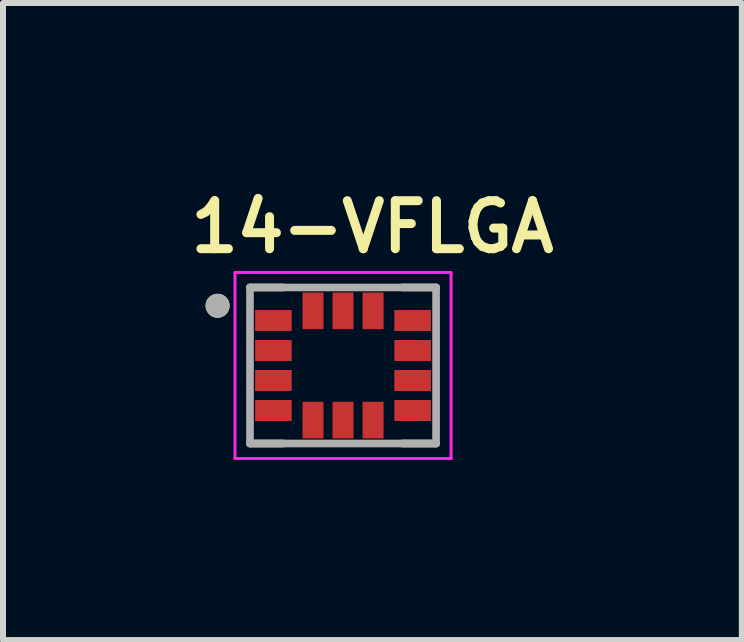
<source format=kicad_pcb>
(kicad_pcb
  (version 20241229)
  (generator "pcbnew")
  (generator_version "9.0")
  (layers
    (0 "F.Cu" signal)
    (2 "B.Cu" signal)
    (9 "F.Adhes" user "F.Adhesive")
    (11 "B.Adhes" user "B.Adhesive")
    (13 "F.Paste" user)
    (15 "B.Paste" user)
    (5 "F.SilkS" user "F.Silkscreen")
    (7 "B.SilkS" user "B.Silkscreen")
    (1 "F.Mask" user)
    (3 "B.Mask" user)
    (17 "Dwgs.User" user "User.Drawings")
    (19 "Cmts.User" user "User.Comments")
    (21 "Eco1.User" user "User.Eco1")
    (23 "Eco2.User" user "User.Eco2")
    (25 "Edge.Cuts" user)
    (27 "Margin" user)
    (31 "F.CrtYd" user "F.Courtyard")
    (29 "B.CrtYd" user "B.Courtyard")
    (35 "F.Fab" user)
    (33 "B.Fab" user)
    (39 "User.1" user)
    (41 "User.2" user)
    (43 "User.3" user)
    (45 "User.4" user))
  (footprint "14-VFLGA"
    (layer "F.Cu")
    (at 2.665 3.039)
    (property "Reference" "14-VFLGA" (at 0.49 -2.308 0) (layer "F.SilkS") (effects (font (size 0.8 0.8) (thickness 0.15))))
    (attr smd)
    (fp_poly (pts (xy -1.515 -0.975) (xy -0.805 -0.975) (xy -0.805 -0.525) (xy -1.515 -0.525)) (stroke (width 0.01) (type solid)) (fill yes) (layer "F.Mask"))
    (fp_poly (pts (xy -1.515 -0.475) (xy -0.805 -0.475) (xy -0.805 -0.025) (xy -1.515 -0.025)) (stroke (width 0.01) (type solid)) (fill yes) (layer "F.Mask"))
    (fp_poly (pts (xy -1.515 0.025) (xy -0.805 0.025) (xy -0.805 0.475) (xy -1.515 0.475)) (stroke (width 0.01) (type solid)) (fill yes) (layer "F.Mask"))
    (fp_poly (pts (xy -1.515 0.525) (xy -0.805 0.525) (xy -0.805 0.975) (xy -1.515 0.975)) (stroke (width 0.01) (type solid)) (fill yes) (layer "F.Mask"))
    (fp_poly (pts (xy -0.725 1.27) (xy -0.725 0.56) (xy -0.275 0.56) (xy -0.275 1.27)) (stroke (width 0.01) (type solid)) (fill yes) (layer "F.Mask"))
    (fp_poly (pts (xy -0.275 -1.27) (xy -0.275 -0.56) (xy -0.725 -0.56) (xy -0.725 -1.27)) (stroke (width 0.01) (type solid)) (fill yes) (layer "F.Mask"))
    (fp_poly (pts (xy -0.225 1.27) (xy -0.225 0.56) (xy 0.225 0.56) (xy 0.225 1.27)) (stroke (width 0.01) (type solid)) (fill yes) (layer "F.Mask"))
    (fp_poly (pts (xy 0.225 -1.27) (xy 0.225 -0.56) (xy -0.225 -0.56) (xy -0.225 -1.27)) (stroke (width 0.01) (type solid)) (fill yes) (layer "F.Mask"))
    (fp_poly (pts (xy 0.275 1.27) (xy 0.275 0.56) (xy 0.725 0.56) (xy 0.725 1.27)) (stroke (width 0.01) (type solid)) (fill yes) (layer "F.Mask"))
    (fp_poly (pts (xy 0.725 -1.27) (xy 0.725 -0.56) (xy 0.275 -0.56) (xy 0.275 -1.27)) (stroke (width 0.01) (type solid)) (fill yes) (layer "F.Mask"))
    (fp_poly (pts (xy 1.515 -0.525) (xy 0.805 -0.525) (xy 0.805 -0.975) (xy 1.515 -0.975)) (stroke (width 0.01) (type solid)) (fill yes) (layer "F.Mask"))
    (fp_poly (pts (xy 1.515 -0.025) (xy 0.805 -0.025) (xy 0.805 -0.475) (xy 1.515 -0.475)) (stroke (width 0.01) (type solid)) (fill yes) (layer "F.Mask"))
    (fp_poly (pts (xy 1.515 0.475) (xy 0.805 0.475) (xy 0.805 0.025) (xy 1.515 0.025)) (stroke (width 0.01) (type solid)) (fill yes) (layer "F.Mask"))
    (fp_poly (pts (xy 1.515 0.975) (xy 0.805 0.975) (xy 0.805 0.525) (xy 1.515 0.525)) (stroke (width 0.01) (type solid)) (fill yes) (layer "F.Mask"))
    (fp_line (start -1.55 1.3) (end -0.99 1.3) (stroke (width 0.127) (type solid)) (layer "F.SilkS"))
    (fp_line (start -0.99 -1.3) (end -1.55 -1.3) (stroke (width 0.127) (type solid)) (layer "F.SilkS"))
    (fp_line (start 0.99 -1.3) (end 1.55 -1.3) (stroke (width 0.127) (type solid)) (layer "F.SilkS"))
    (fp_line (start 0.99 1.3) (end 1.55 1.3) (stroke (width 0.127) (type solid)) (layer "F.SilkS"))
    (fp_circle (center -2.09 -0.995) (end -1.99 -0.995) (stroke (width 0.2) (type solid)) (fill no) (layer "F.SilkS"))
    (fp_line (start -1.8 -1.55) (end 1.8 -1.55) (stroke (width 0.05) (type solid)) (layer "F.CrtYd"))
    (fp_line (start -1.8 1.55) (end -1.8 -1.55) (stroke (width 0.05) (type solid)) (layer "F.CrtYd"))
    (fp_line (start 1.8 -1.55) (end 1.8 1.55) (stroke (width 0.05) (type solid)) (layer "F.CrtYd"))
    (fp_line (start 1.8 1.55) (end -1.8 1.55) (stroke (width 0.05) (type solid)) (layer "F.CrtYd"))
    (fp_line (start -1.55 -1.3) (end 1.55 -1.3) (stroke (width 0.127) (type solid)) (layer "F.Fab"))
    (fp_line (start -1.55 1.3) (end -1.55 -1.3) (stroke (width 0.127) (type solid)) (layer "F.Fab"))
    (fp_line (start 1.55 -1.3) (end 1.55 1.3) (stroke (width 0.127) (type solid)) (layer "F.Fab"))
    (fp_line (start 1.55 1.3) (end -1.55 1.3) (stroke (width 0.127) (type solid)) (layer "F.Fab"))
    (fp_circle (center -2.09 -0.995) (end -1.99 -0.995) (stroke (width 0.2) (type solid)) (fill no) (layer "F.Fab"))
    (pad "1" smd rect (at -1.16 -0.75) (size 0.61 0.35) (layers "F.Cu" "F.Paste"))
    (pad "2" smd rect (at -1.16 -0.25) (size 0.61 0.35) (layers "F.Cu" "F.Paste"))
    (pad "3" smd rect (at -1.16 0.25) (size 0.61 0.35) (layers "F.Cu" "F.Paste"))
    (pad "4" smd rect (at -1.16 0.75) (size 0.61 0.35) (layers "F.Cu" "F.Paste"))
    (pad "5" smd rect (at -0.5 0.91) (size 0.35 0.61) (layers "F.Cu" "F.Paste"))
    (pad "6" smd rect (at 0 0.91) (size 0.35 0.61) (layers "F.Cu" "F.Paste"))
    (pad "7" smd rect (at 0.5 0.91) (size 0.35 0.61) (layers "F.Cu" "F.Paste"))
    (pad "8" smd rect (at 1.16 0.75) (size 0.61 0.35) (layers "F.Cu" "F.Paste"))
    (pad "9" smd rect (at 1.16 0.25) (size 0.61 0.35) (layers "F.Cu" "F.Paste"))
    (pad "10" smd rect (at 1.16 -0.25) (size 0.61 0.35) (layers "F.Cu" "F.Paste"))
    (pad "11" smd rect (at 1.16 -0.75) (size 0.61 0.35) (layers "F.Cu" "F.Paste"))
    (pad "12" smd rect (at 0.5 -0.91) (size 0.35 0.61) (layers "F.Cu" "F.Paste"))
    (pad "13" smd rect (at 0 -0.91) (size 0.35 0.61) (layers "F.Cu" "F.Paste"))
    (pad "14" smd rect (at -0.5 -0.91) (size 0.35 0.61) (layers "F.Cu" "F.Paste")))
  (gr_rect
    (start -3 -3)
    (end 9.309 7.614)
    (stroke (width 0.1) (type default))
    (fill no)
    (layer "Edge.Cuts")))
</source>
